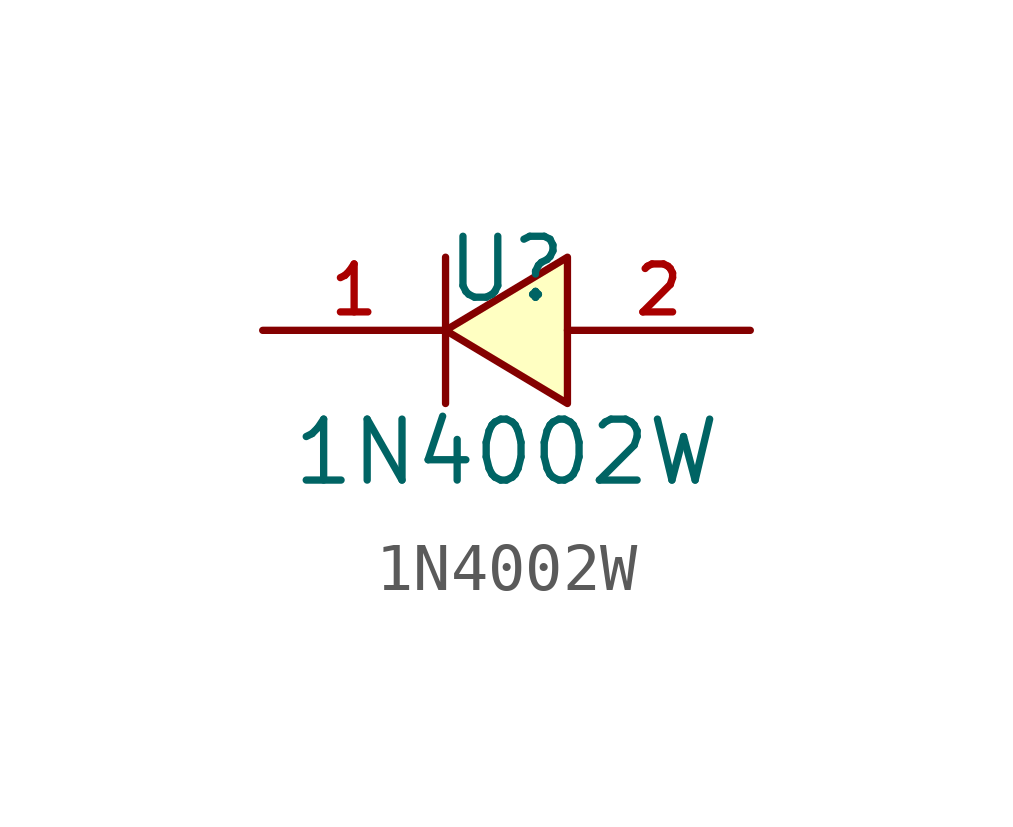
<source format=kicad_sym>
(kicad_symbol_lib
  (version 20220914)
  (generator kicad_symbol_editor)
  (symbol "1N4002W"
    (pin_names hide)
    (property "Reference" "U"
      (at 0 1.27 0)
      (effects (font (size 1.27 1.27))))
    (property "Value" "1N4002W"
      (at 0 -2.54 0)
      (effects (font (size 1.27 1.27))))
    (symbol "1N4002W_0_1"
      (polyline (pts (xy -1.27 -1.524) (xy -1.27 1.524)) (stroke (width 0) (type default)) (fill (type none)))
      (polyline (pts (xy 1.27 1.524) (xy -1.27 0) (xy 1.27 -1.524) (xy 1.27 1.524)) (stroke (width 0) (type default)) (fill (type background))))
    (symbol "1N4002W_1_1"
      (pin passive line (at -5.08 0 0) (length 3.81) (name "C" (effects (font (size 1 1)))) (number "1" (effects (font (size 1 1)))))
      (pin passive line (at 5.08 0 180) (length 3.81) (name "A" (effects (font (size 1 1)))) (number "2" (effects (font (size 1 1))))))))
</source>
